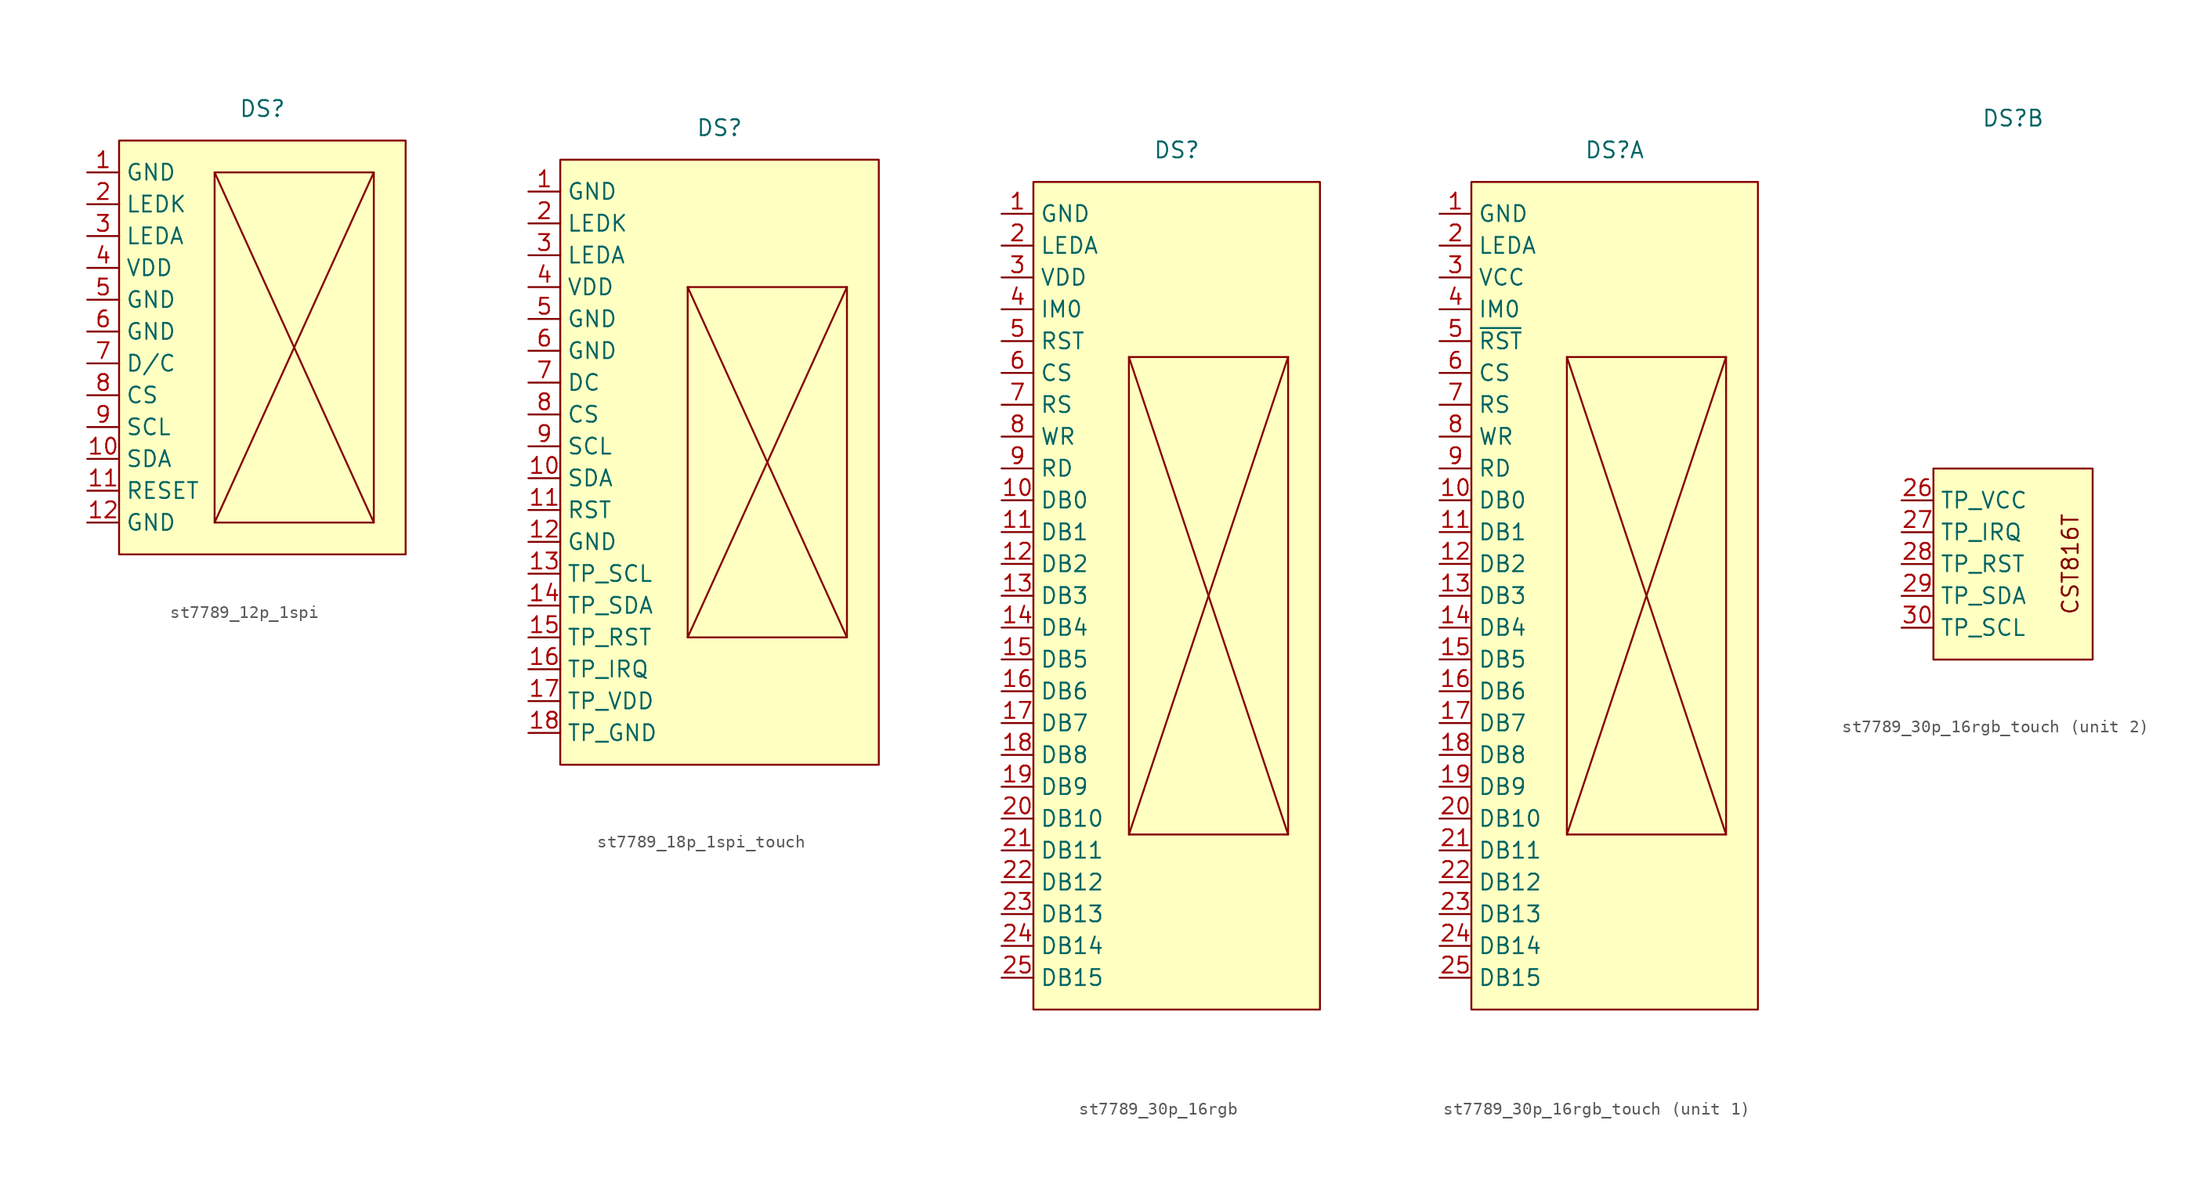
<source format=kicad_sym>
(kicad_symbol_lib
  (version 20241209)
  (generator "kicad_symbol_editor")
  (generator_version "9.0")
  (symbol "st7789_12p_1spi"
    (property "Reference" "DS"
      (at 0 19.05 0)
      (effects (font (size 1.27 1.27))))
    (property "Value" ""
      (at 0 0 0)
      (effects (font (size 1.27 1.27))))
    (symbol "st7789_12p_1spi_0_1"
      (rectangle (start 8.89 -13.97) (end -3.81 13.97) (stroke (width 0) (type default)) (fill (type none))))
    (symbol "st7789_12p_1spi_1_1"
      (rectangle (start -11.43 16.51) (end 11.43 -16.51) (stroke (width 0) (type solid)) (fill (type background)))
      (polyline (pts (xy -3.81 13.97) (xy 8.89 -13.97)) (stroke (width 0) (type default)) (fill (type none)))
      (polyline (pts (xy 8.89 13.97) (xy -3.81 -13.97)) (stroke (width 0) (type default)) (fill (type none)))
      (pin input line (at -13.97 13.97 0) (length 2.54) (name "GND" (effects (font (size 1.27 1.27)))) (number "1" (effects (font (size 1.27 1.27)))))
      (pin input line (at -13.97 11.43 0) (length 2.54) (name "LEDK" (effects (font (size 1.27 1.27)))) (number "2" (effects (font (size 1.27 1.27)))))
      (pin input line (at -13.97 8.89 0) (length 2.54) (name "LEDA" (effects (font (size 1.27 1.27)))) (number "3" (effects (font (size 1.27 1.27)))))
      (pin input line (at -13.97 6.35 0) (length 2.54) (name "VDD" (effects (font (size 1.27 1.27)))) (number "4" (effects (font (size 1.27 1.27)))))
      (pin input line (at -13.97 3.81 0) (length 2.54) (name "GND" (effects (font (size 1.27 1.27)))) (number "5" (effects (font (size 1.27 1.27)))))
      (pin input line (at -13.97 1.27 0) (length 2.54) (name "GND" (effects (font (size 1.27 1.27)))) (number "6" (effects (font (size 1.27 1.27)))))
      (pin input line (at -13.97 -1.27 0) (length 2.54) (name "D/C" (effects (font (size 1.27 1.27)))) (number "7" (effects (font (size 1.27 1.27)))))
      (pin input line (at -13.97 -3.81 0) (length 2.54) (name "CS" (effects (font (size 1.27 1.27)))) (number "8" (effects (font (size 1.27 1.27)))))
      (pin input line (at -13.97 -6.35 0) (length 2.54) (name "SCL" (effects (font (size 1.27 1.27)))) (number "9" (effects (font (size 1.27 1.27)))))
      (pin input line (at -13.97 -8.89 0) (length 2.54) (name "SDA" (effects (font (size 1.27 1.27)))) (number "10" (effects (font (size 1.27 1.27)))))
      (pin input line (at -13.97 -11.43 0) (length 2.54) (name "RESET" (effects (font (size 1.27 1.27)))) (number "11" (effects (font (size 1.27 1.27)))))
      (pin input line (at -13.97 -13.97 0) (length 2.54) (name "GND" (effects (font (size 1.27 1.27)))) (number "12" (effects (font (size 1.27 1.27)))))
      (pin passive line (at -13.97 -13.97 0) (length 2.54) (hide yes) (name "GND" (effects (font (size 1.27 1.27)))) (number "S1" (effects (font (size 1.27 1.27)))))
      (pin passive line (at -13.97 -13.97 0) (length 2.54) (hide yes) (name "GND" (effects (font (size 1.27 1.27)))) (number "S2" (effects (font (size 1.27 1.27)))))))
  (symbol "st7789_18p_1spi_touch"
    (property "Reference" "DS"
      (at 0 26.67 0)
      (effects (font (size 1.27 1.27))))
    (property "Value" ""
      (at 0 0 0)
      (effects (font (size 1.27 1.27))))
    (symbol "st7789_18p_1spi_touch_0_1"
      (rectangle (start 10.16 -13.97) (end -2.54 13.97) (stroke (width 0) (type default)) (fill (type none))))
    (symbol "st7789_18p_1spi_touch_1_1"
      (rectangle (start -12.7 24.13) (end 12.7 -24.13) (stroke (width 0) (type solid)) (fill (type background)))
      (polyline (pts (xy -2.54 13.97) (xy 10.16 -13.97)) (stroke (width 0) (type default)) (fill (type none)))
      (polyline (pts (xy 10.16 13.97) (xy -2.54 -13.97)) (stroke (width 0) (type default)) (fill (type none)))
      (pin input line (at -15.24 21.59 0) (length 2.54) (name "GND" (effects (font (size 1.27 1.27)))) (number "1" (effects (font (size 1.27 1.27)))))
      (pin input line (at -15.24 19.05 0) (length 2.54) (name "LEDK" (effects (font (size 1.27 1.27)))) (number "2" (effects (font (size 1.27 1.27)))))
      (pin input line (at -15.24 16.51 0) (length 2.54) (name "LEDA" (effects (font (size 1.27 1.27)))) (number "3" (effects (font (size 1.27 1.27)))))
      (pin input line (at -15.24 13.97 0) (length 2.54) (name "VDD" (effects (font (size 1.27 1.27)))) (number "4" (effects (font (size 1.27 1.27)))))
      (pin input line (at -15.24 11.43 0) (length 2.54) (name "GND" (effects (font (size 1.27 1.27)))) (number "5" (effects (font (size 1.27 1.27)))))
      (pin input line (at -15.24 8.89 0) (length 2.54) (name "GND" (effects (font (size 1.27 1.27)))) (number "6" (effects (font (size 1.27 1.27)))))
      (pin input line (at -15.24 6.35 0) (length 2.54) (name "DC" (effects (font (size 1.27 1.27)))) (number "7" (effects (font (size 1.27 1.27)))))
      (pin input line (at -15.24 3.81 0) (length 2.54) (name "CS" (effects (font (size 1.27 1.27)))) (number "8" (effects (font (size 1.27 1.27)))))
      (pin input line (at -15.24 1.27 0) (length 2.54) (name "SCL" (effects (font (size 1.27 1.27)))) (number "9" (effects (font (size 1.27 1.27)))))
      (pin input line (at -15.24 -1.27 0) (length 2.54) (name "SDA" (effects (font (size 1.27 1.27)))) (number "10" (effects (font (size 1.27 1.27)))))
      (pin input line (at -15.24 -3.81 0) (length 2.54) (name "RST" (effects (font (size 1.27 1.27)))) (number "11" (effects (font (size 1.27 1.27)))))
      (pin input line (at -15.24 -6.35 0) (length 2.54) (name "GND" (effects (font (size 1.27 1.27)))) (number "12" (effects (font (size 1.27 1.27)))))
      (pin input line (at -15.24 -8.89 0) (length 2.54) (name "TP_SCL" (effects (font (size 1.27 1.27)))) (number "13" (effects (font (size 1.27 1.27)))))
      (pin input line (at -15.24 -11.43 0) (length 2.54) (name "TP_SDA" (effects (font (size 1.27 1.27)))) (number "14" (effects (font (size 1.27 1.27)))))
      (pin input line (at -15.24 -13.97 0) (length 2.54) (name "TP_RST" (effects (font (size 1.27 1.27)))) (number "15" (effects (font (size 1.27 1.27)))))
      (pin input line (at -15.24 -16.51 0) (length 2.54) (name "TP_IRQ" (effects (font (size 1.27 1.27)))) (number "16" (effects (font (size 1.27 1.27)))))
      (pin input line (at -15.24 -19.05 0) (length 2.54) (name "TP_VDD" (effects (font (size 1.27 1.27)))) (number "17" (effects (font (size 1.27 1.27)))))
      (pin input line (at -15.24 -21.59 0) (length 2.54) (name "TP_GND" (effects (font (size 1.27 1.27)))) (number "18" (effects (font (size 1.27 1.27)))))
      (pin passive line (at -15.24 -21.59 0) (length 2.54) (hide yes) (name "GND" (effects (font (size 1.27 1.27)))) (number "S1" (effects (font (size 1.27 1.27)))))
      (pin passive line (at -15.24 -21.59 0) (length 2.54) (hide yes) (name "GND" (effects (font (size 1.27 1.27)))) (number "S2" (effects (font (size 1.27 1.27)))))))
  (symbol "st7789_30p_16rgb"
    (property "Reference" "DS"
      (at 0 35.56 0)
      (effects (font (size 1.27 1.27))))
    (property "Value" ""
      (at 0 0 0)
      (effects (font (size 1.27 1.27))))
    (symbol "st7789_30p_16rgb_1_1"
      (rectangle (start -11.43 33.02) (end 11.43 -33.02) (stroke (width 0) (type solid)) (fill (type background)))
      (rectangle (start -3.81 19.05) (end 8.89 -19.05) (stroke (width 0) (type solid)) (fill (type background)))
      (polyline (pts (xy -3.81 19.05) (xy 8.89 -19.05)) (stroke (width 0) (type default)) (fill (type none)))
      (polyline (pts (xy 8.89 19.05) (xy -3.81 -19.05)) (stroke (width 0) (type default)) (fill (type none)))
      (pin input line (at -13.97 30.48 0) (length 2.54) (name "GND" (effects (font (size 1.27 1.27)))) (number "1" (effects (font (size 1.27 1.27)))))
      (pin passive line (at -13.97 30.48 0) (length 2.54) (hide yes) (name "GND" (effects (font (size 1.27 1.27)))) (number "S1" (effects (font (size 1.27 1.27)))))
      (pin passive line (at -13.97 30.48 0) (length 2.54) (hide yes) (name "GND" (effects (font (size 1.27 1.27)))) (number "S2" (effects (font (size 1.27 1.27)))))
      (pin input line (at -13.97 27.94 0) (length 2.54) (name "LEDA" (effects (font (size 1.27 1.27)))) (number "2" (effects (font (size 1.27 1.27)))))
      (pin input line (at -13.97 25.4 0) (length 2.54) (name "VDD" (effects (font (size 1.27 1.27)))) (number "3" (effects (font (size 1.27 1.27)))))
      (pin input line (at -13.97 22.86 0) (length 2.54) (name "IM0" (effects (font (size 1.27 1.27)))) (number "4" (effects (font (size 1.27 1.27)))))
      (pin input line (at -13.97 20.32 0) (length 2.54) (name "RST" (effects (font (size 1.27 1.27)))) (number "5" (effects (font (size 1.27 1.27)))))
      (pin input line (at -13.97 17.78 0) (length 2.54) (name "CS" (effects (font (size 1.27 1.27)))) (number "6" (effects (font (size 1.27 1.27)))))
      (pin input line (at -13.97 15.24 0) (length 2.54) (name "RS" (effects (font (size 1.27 1.27)))) (number "7" (effects (font (size 1.27 1.27)))))
      (pin input line (at -13.97 12.7 0) (length 2.54) (name "WR" (effects (font (size 1.27 1.27)))) (number "8" (effects (font (size 1.27 1.27)))))
      (pin input line (at -13.97 10.16 0) (length 2.54) (name "RD" (effects (font (size 1.27 1.27)))) (number "9" (effects (font (size 1.27 1.27)))))
      (pin input line (at -13.97 7.62 0) (length 2.54) (name "DB0" (effects (font (size 1.27 1.27)))) (number "10" (effects (font (size 1.27 1.27)))))
      (pin input line (at -13.97 5.08 0) (length 2.54) (name "DB1" (effects (font (size 1.27 1.27)))) (number "11" (effects (font (size 1.27 1.27)))))
      (pin input line (at -13.97 2.54 0) (length 2.54) (name "DB2" (effects (font (size 1.27 1.27)))) (number "12" (effects (font (size 1.27 1.27)))))
      (pin input line (at -13.97 0 0) (length 2.54) (name "DB3" (effects (font (size 1.27 1.27)))) (number "13" (effects (font (size 1.27 1.27)))))
      (pin input line (at -13.97 -2.54 0) (length 2.54) (name "DB4" (effects (font (size 1.27 1.27)))) (number "14" (effects (font (size 1.27 1.27)))))
      (pin input line (at -13.97 -5.08 0) (length 2.54) (name "DB5" (effects (font (size 1.27 1.27)))) (number "15" (effects (font (size 1.27 1.27)))))
      (pin input line (at -13.97 -7.62 0) (length 2.54) (name "DB6" (effects (font (size 1.27 1.27)))) (number "16" (effects (font (size 1.27 1.27)))))
      (pin input line (at -13.97 -10.16 0) (length 2.54) (name "DB7" (effects (font (size 1.27 1.27)))) (number "17" (effects (font (size 1.27 1.27)))))
      (pin input line (at -13.97 -12.7 0) (length 2.54) (name "DB8" (effects (font (size 1.27 1.27)))) (number "18" (effects (font (size 1.27 1.27)))))
      (pin input line (at -13.97 -15.24 0) (length 2.54) (name "DB9" (effects (font (size 1.27 1.27)))) (number "19" (effects (font (size 1.27 1.27)))))
      (pin input line (at -13.97 -17.78 0) (length 2.54) (name "DB10" (effects (font (size 1.27 1.27)))) (number "20" (effects (font (size 1.27 1.27)))))
      (pin input line (at -13.97 -20.32 0) (length 2.54) (name "DB11" (effects (font (size 1.27 1.27)))) (number "21" (effects (font (size 1.27 1.27)))))
      (pin input line (at -13.97 -22.86 0) (length 2.54) (name "DB12" (effects (font (size 1.27 1.27)))) (number "22" (effects (font (size 1.27 1.27)))))
      (pin input line (at -13.97 -25.4 0) (length 2.54) (name "DB13" (effects (font (size 1.27 1.27)))) (number "23" (effects (font (size 1.27 1.27)))))
      (pin input line (at -13.97 -27.94 0) (length 2.54) (name "DB14" (effects (font (size 1.27 1.27)))) (number "24" (effects (font (size 1.27 1.27)))))
      (pin input line (at -13.97 -30.48 0) (length 2.54) (name "DB15" (effects (font (size 1.27 1.27)))) (number "25" (effects (font (size 1.27 1.27)))))))
  (symbol "st7789_30p_16rgb_touch"
    (property "Reference" "DS"
      (at 0 35.56 0)
      (effects (font (size 1.27 1.27))))
    (property "Value" ""
      (at 0 0 0)
      (effects (font (size 1.27 1.27))))
    (property "ki_locked" ""
      (at 0 0 0)
      (effects (font (size 1.27 1.27))))
    (symbol "st7789_30p_16rgb_touch_1_1"
      (rectangle (start -11.43 33.02) (end 11.43 -33.02) (stroke (width 0) (type solid)) (fill (type background)))
      (rectangle (start -3.81 19.05) (end 8.89 -19.05) (stroke (width 0) (type solid)) (fill (type background)))
      (polyline (pts (xy -3.81 19.05) (xy 8.89 -19.05)) (stroke (width 0) (type default)) (fill (type none)))
      (polyline (pts (xy 8.89 19.05) (xy -3.81 -19.05)) (stroke (width 0) (type default)) (fill (type none)))
      (pin input line (at -13.97 30.48 0) (length 2.54) (name "GND" (effects (font (size 1.27 1.27)))) (number "1" (effects (font (size 1.27 1.27)))))
      (pin passive line (at -13.97 30.48 0) (length 2.54) (hide yes) (name "GND" (effects (font (size 1.27 1.27)))) (number "S1" (effects (font (size 1.27 1.27)))))
      (pin passive line (at -13.97 30.48 0) (length 2.54) (hide yes) (name "GND" (effects (font (size 1.27 1.27)))) (number "S2" (effects (font (size 1.27 1.27)))))
      (pin input line (at -13.97 27.94 0) (length 2.54) (name "LEDA" (effects (font (size 1.27 1.27)))) (number "2" (effects (font (size 1.27 1.27)))))
      (pin input line (at -13.97 25.4 0) (length 2.54) (name "VCC" (effects (font (size 1.27 1.27)))) (number "3" (effects (font (size 1.27 1.27)))))
      (pin input line (at -13.97 22.86 0) (length 2.54) (name "IM0" (effects (font (size 1.27 1.27)))) (number "4" (effects (font (size 1.27 1.27)))))
      (pin input line (at -13.97 20.32 0) (length 2.54) (name "~{RST}" (effects (font (size 1.27 1.27)))) (number "5" (effects (font (size 1.27 1.27)))))
      (pin input line (at -13.97 17.78 0) (length 2.54) (name "CS" (effects (font (size 1.27 1.27)))) (number "6" (effects (font (size 1.27 1.27)))))
      (pin input line (at -13.97 15.24 0) (length 2.54) (name "RS" (effects (font (size 1.27 1.27)))) (number "7" (effects (font (size 1.27 1.27)))))
      (pin input line (at -13.97 12.7 0) (length 2.54) (name "WR" (effects (font (size 1.27 1.27)))) (number "8" (effects (font (size 1.27 1.27)))))
      (pin input line (at -13.97 10.16 0) (length 2.54) (name "RD" (effects (font (size 1.27 1.27)))) (number "9" (effects (font (size 1.27 1.27)))))
      (pin input line (at -13.97 7.62 0) (length 2.54) (name "DB0" (effects (font (size 1.27 1.27)))) (number "10" (effects (font (size 1.27 1.27)))))
      (pin input line (at -13.97 5.08 0) (length 2.54) (name "DB1" (effects (font (size 1.27 1.27)))) (number "11" (effects (font (size 1.27 1.27)))))
      (pin input line (at -13.97 2.54 0) (length 2.54) (name "DB2" (effects (font (size 1.27 1.27)))) (number "12" (effects (font (size 1.27 1.27)))))
      (pin input line (at -13.97 0 0) (length 2.54) (name "DB3" (effects (font (size 1.27 1.27)))) (number "13" (effects (font (size 1.27 1.27)))))
      (pin input line (at -13.97 -2.54 0) (length 2.54) (name "DB4" (effects (font (size 1.27 1.27)))) (number "14" (effects (font (size 1.27 1.27)))))
      (pin input line (at -13.97 -5.08 0) (length 2.54) (name "DB5" (effects (font (size 1.27 1.27)))) (number "15" (effects (font (size 1.27 1.27)))))
      (pin input line (at -13.97 -7.62 0) (length 2.54) (name "DB6" (effects (font (size 1.27 1.27)))) (number "16" (effects (font (size 1.27 1.27)))))
      (pin input line (at -13.97 -10.16 0) (length 2.54) (name "DB7" (effects (font (size 1.27 1.27)))) (number "17" (effects (font (size 1.27 1.27)))))
      (pin input line (at -13.97 -12.7 0) (length 2.54) (name "DB8" (effects (font (size 1.27 1.27)))) (number "18" (effects (font (size 1.27 1.27)))))
      (pin input line (at -13.97 -15.24 0) (length 2.54) (name "DB9" (effects (font (size 1.27 1.27)))) (number "19" (effects (font (size 1.27 1.27)))))
      (pin input line (at -13.97 -17.78 0) (length 2.54) (name "DB10" (effects (font (size 1.27 1.27)))) (number "20" (effects (font (size 1.27 1.27)))))
      (pin input line (at -13.97 -20.32 0) (length 2.54) (name "DB11" (effects (font (size 1.27 1.27)))) (number "21" (effects (font (size 1.27 1.27)))))
      (pin input line (at -13.97 -22.86 0) (length 2.54) (name "DB12" (effects (font (size 1.27 1.27)))) (number "22" (effects (font (size 1.27 1.27)))))
      (pin input line (at -13.97 -25.4 0) (length 2.54) (name "DB13" (effects (font (size 1.27 1.27)))) (number "23" (effects (font (size 1.27 1.27)))))
      (pin input line (at -13.97 -27.94 0) (length 2.54) (name "DB14" (effects (font (size 1.27 1.27)))) (number "24" (effects (font (size 1.27 1.27)))))
      (pin input line (at -13.97 -30.48 0) (length 2.54) (name "DB15" (effects (font (size 1.27 1.27)))) (number "25" (effects (font (size 1.27 1.27))))))
    (symbol "st7789_30p_16rgb_touch_2_1"
      (rectangle (start -6.35 7.62) (end 6.35 -7.62) (stroke (width 0) (type solid)) (fill (type background)))
      (text "CST816T" (at 4.572 0 900) (effects (font (size 1.27 1.27))))
      (pin input line (at -8.89 5.08 0) (length 2.54) (name "TP_VCC" (effects (font (size 1.27 1.27)))) (number "26" (effects (font (size 1.27 1.27)))))
      (pin input line (at -8.89 2.54 0) (length 2.54) (name "TP_IRQ" (effects (font (size 1.27 1.27)))) (number "27" (effects (font (size 1.27 1.27)))))
      (pin input line (at -8.89 0 0) (length 2.54) (name "TP_RST" (effects (font (size 1.27 1.27)))) (number "28" (effects (font (size 1.27 1.27)))))
      (pin input line (at -8.89 -2.54 0) (length 2.54) (name "TP_SDA" (effects (font (size 1.27 1.27)))) (number "29" (effects (font (size 1.27 1.27)))))
      (pin input line (at -8.89 -5.08 0) (length 2.54) (name "TP_SCL" (effects (font (size 1.27 1.27)))) (number "30" (effects (font (size 1.27 1.27))))))))
</source>
